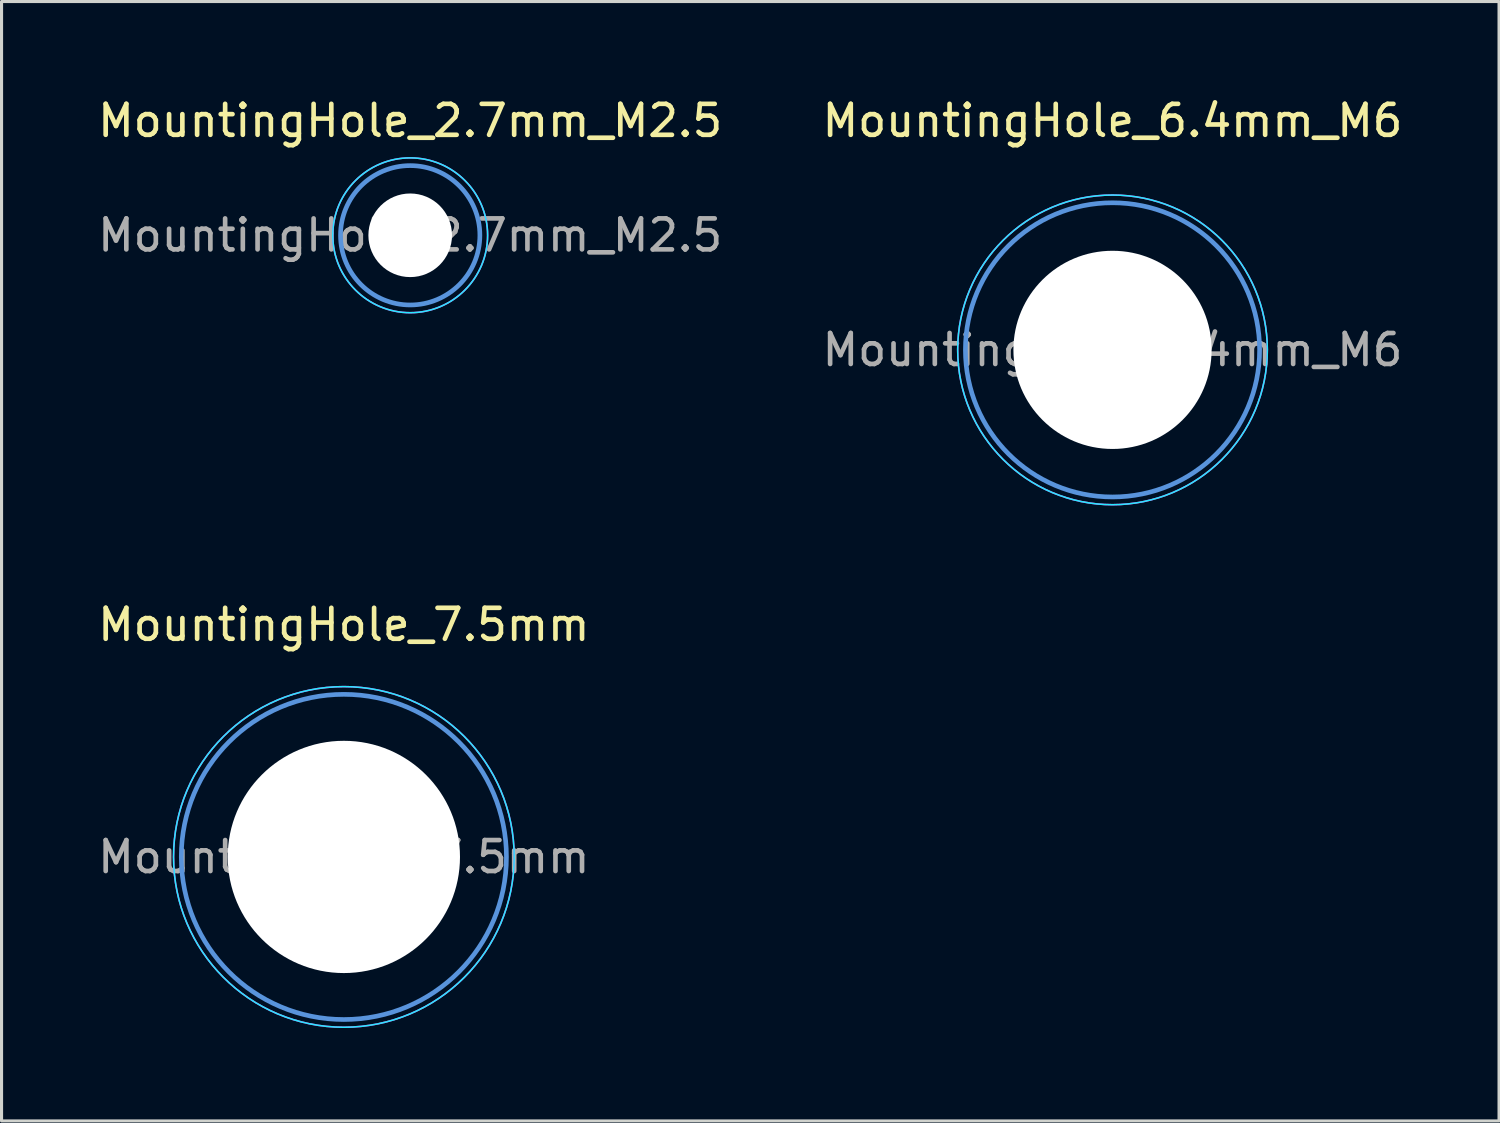
<source format=kicad_pcb>
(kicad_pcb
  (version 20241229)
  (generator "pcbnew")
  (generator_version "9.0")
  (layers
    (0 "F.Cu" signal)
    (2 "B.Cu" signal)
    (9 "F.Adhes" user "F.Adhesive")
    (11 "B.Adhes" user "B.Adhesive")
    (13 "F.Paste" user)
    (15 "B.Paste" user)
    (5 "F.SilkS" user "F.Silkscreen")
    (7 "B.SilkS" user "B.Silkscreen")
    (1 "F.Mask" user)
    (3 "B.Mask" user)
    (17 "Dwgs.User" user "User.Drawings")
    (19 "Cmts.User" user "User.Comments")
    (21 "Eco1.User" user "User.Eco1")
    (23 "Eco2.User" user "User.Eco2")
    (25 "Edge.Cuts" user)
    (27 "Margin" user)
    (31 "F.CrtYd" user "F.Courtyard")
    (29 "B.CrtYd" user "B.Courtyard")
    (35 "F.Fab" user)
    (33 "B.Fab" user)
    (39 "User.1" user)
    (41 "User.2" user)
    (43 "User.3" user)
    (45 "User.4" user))
  (footprint "MountingHole_2.7mm_M2.5"
    (layer "F.Cu")
    (at 10.196 4.548)
    (property "Reference" "MountingHole_2.7mm_M2.5" (at 0 -3.7 0) (layer "F.SilkS") (effects (font (size 1 1) (thickness 0.15))))
    (attr exclude_from_pos_files exclude_from_bom)
    (fp_circle (center 0 0) (end 2.25 0) (stroke (width 0.15) (type solid)) (fill no) (layer "Cmts.User"))
    (fp_circle (center 0 0) (end -2.5 0) (stroke (width 0.05) (type solid)) (fill no) (layer "B.CrtYd"))
    (fp_circle (center 0 0) (end 2.5 0) (stroke (width 0.05) (type solid)) (fill no) (layer "F.CrtYd"))
    (fp_text user "${REFERENCE}" (at 0 0 0) (layer "F.Fab") (effects (font (size 1 1) (thickness 0.15))))
    (pad "" np_thru_hole circle (at 0 0) (size 2.7 2.7) (drill 2.7) (layers "*.Cu" "*.Mask")))
  (footprint "MountingHole_6.4mm_M6"
    (layer "F.Cu")
    (at 32.875 8.248)
    (property "Reference" "MountingHole_6.4mm_M6" (at 0 -7.4 0) (layer "F.SilkS") (effects (font (size 1 1) (thickness 0.15))))
    (attr exclude_from_pos_files exclude_from_bom)
    (fp_circle (center 0 0) (end 4.75 0) (stroke (width 0.15) (type solid)) (fill no) (layer "Cmts.User"))
    (fp_circle (center 0 0) (end -5 0) (stroke (width 0.05) (type solid)) (fill no) (layer "B.CrtYd"))
    (fp_circle (center 0 0) (end 5 0) (stroke (width 0.05) (type solid)) (fill no) (layer "F.CrtYd"))
    (fp_text user "${REFERENCE}" (at 0 0 0) (layer "F.Fab") (effects (font (size 1 1) (thickness 0.15))))
    (pad "" np_thru_hole circle (at 0 0) (size 6.4 6.4) (drill 6.4) (layers "*.Cu" "*.Mask")))
  (footprint "MountingHole_7.5mm"
    (layer "F.Cu")
    (at 8.054 24.622)
    (property "Reference" "MountingHole_7.5mm" (at 0 -7.5 0) (layer "F.SilkS") (effects (font (size 1 1) (thickness 0.15))))
    (attr exclude_from_pos_files exclude_from_bom)
    (fp_circle (center 0 0) (end 5.25 0) (stroke (width 0.15) (type solid)) (fill no) (layer "Cmts.User"))
    (fp_circle (center 0 0) (end -5.5 0) (stroke (width 0.05) (type solid)) (fill no) (layer "B.CrtYd"))
    (fp_circle (center 0 0) (end 5.5 0) (stroke (width 0.05) (type solid)) (fill no) (layer "F.CrtYd"))
    (fp_text user "${REFERENCE}" (at 0 0 0) (layer "F.Fab") (effects (font (size 1 1) (thickness 0.15))))
    (pad "" np_thru_hole circle (at 0 0) (size 7.5 7.5) (drill 7.5) (layers "*.Cu" "*.Mask")))
  (gr_rect
    (start -3 -3)
    (end 45.357 33.147)
    (stroke (width 0.1) (type default))
    (fill no)
    (layer "Edge.Cuts")))
</source>
